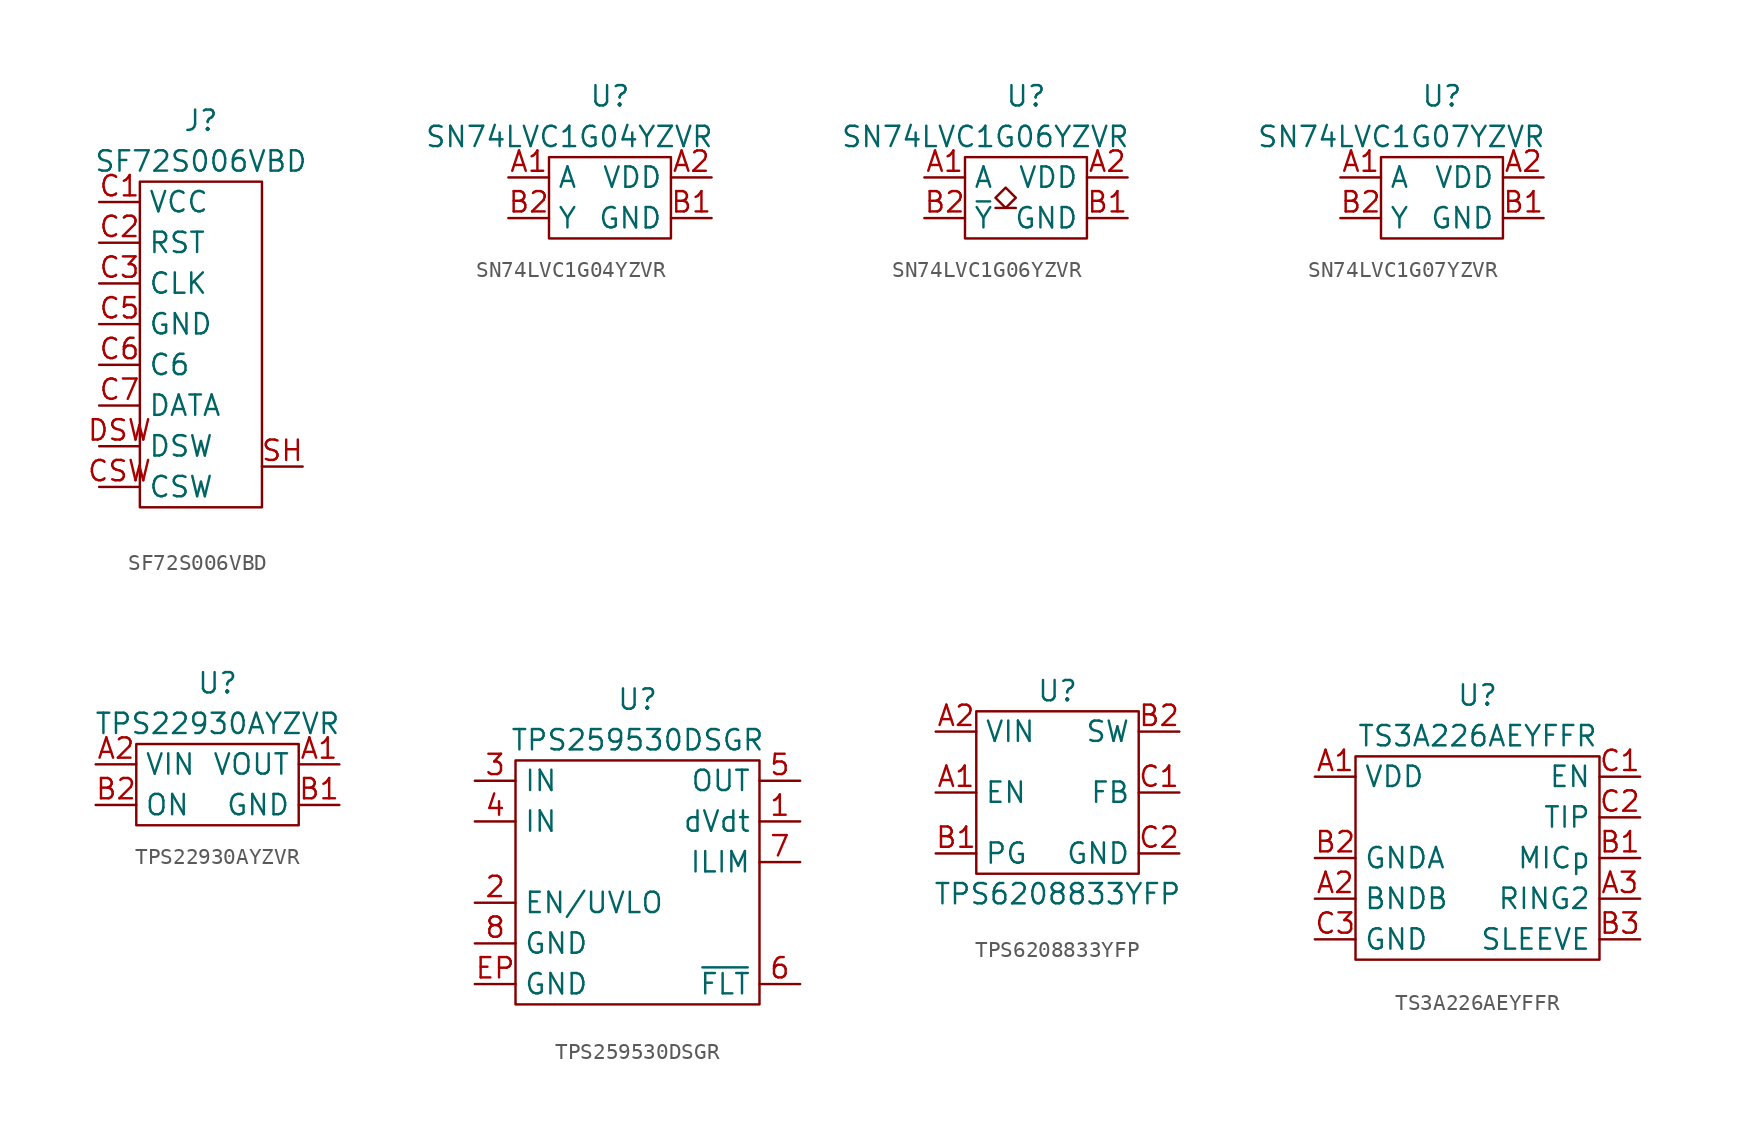
<source format=kicad_sym>
(kicad_symbol_lib
  (version 20220914)
  (generator kicad_symbol_editor)
  (symbol "SF72S006VBD"
    (property "Reference" "J"
      (at 0 13.97 0)
      (effects (font (size 1.27 1.27))))
    (property "Value" "SF72S006VBD"
      (at 0 11.43 0)
      (effects (font (size 1.27 1.27))))
    (symbol "SF72S006VBD_0_0"
      (pin power_in line (at -6.35 8.89 0) (length 2.54) (name "VCC" (effects (font (size 1.27 1.27)))) (number "C1" (effects (font (size 1.27 1.27)))))
      (pin input line (at -6.35 6.35 0) (length 2.54) (name "RST" (effects (font (size 1.27 1.27)))) (number "C2" (effects (font (size 1.27 1.27)))))
      (pin input line (at -6.35 3.81 0) (length 2.54) (name "CLK" (effects (font (size 1.27 1.27)))) (number "C3" (effects (font (size 1.27 1.27)))))
      (pin power_in line (at -6.35 1.27 0) (length 2.54) (name "GND" (effects (font (size 1.27 1.27)))) (number "C5" (effects (font (size 1.27 1.27)))))
      (pin power_in line (at -6.35 -1.27 0) (length 2.54) (name "C6" (effects (font (size 1.27 1.27)))) (number "C6" (effects (font (size 1.27 1.27)))))
      (pin bidirectional line (at -6.35 -3.81 0) (length 2.54) (name "DATA" (effects (font (size 1.27 1.27)))) (number "C7" (effects (font (size 1.27 1.27)))))
      (pin bidirectional line (at 6.35 -7.62 180) (length 2.54) (name "" (effects (font (size 1.27 1.27)))) (number "SH" (effects (font (size 1.27 1.27))))))
    (symbol "SF72S006VBD_0_1"
      (rectangle (start -3.81 10.16) (end 3.81 -10.16) (stroke (width 0) (type default)) (fill (type none))))
    (symbol "SF72S006VBD_1_0"
      (pin passive line (at -6.35 -8.89 0) (length 2.54) (name "CSW" (effects (font (size 1.27 1.27)))) (number "CSW" (effects (font (size 1.27 1.27)))))
      (pin passive line (at -6.35 -6.35 0) (length 2.54) (name "DSW" (effects (font (size 1.27 1.27)))) (number "DSW" (effects (font (size 1.27 1.27)))))))
  (symbol "SN74LVC1G04YZVR"
    (property "Reference" "U"
      (at 0 6.35 0)
      (effects (font (size 1.27 1.27))))
    (property "Value" "SN74LVC1G04YZVR"
      (at -2.54 3.81 0)
      (effects (font (size 1.27 1.27))))
    (symbol "SN74LVC1G04YZVR_0_0"
      (pin passive line (at -6.35 1.27 0) (length 2.54) (name "A" (effects (font (size 1.27 1.27)))) (number "A1" (effects (font (size 1.27 1.27)))))
      (pin passive line (at 6.35 1.27 180) (length 2.54) (name "VDD" (effects (font (size 1.27 1.27)))) (number "A2" (effects (font (size 1.27 1.27))))))
    (symbol "SN74LVC1G04YZVR_0_1"
      (rectangle (start -3.81 2.54) (end 3.81 -2.54) (stroke (width 0) (type default)) (fill (type none))))
    (symbol "SN74LVC1G04YZVR_1_0"
      (pin passive line (at 6.35 -1.27 180) (length 2.54) (name "GND" (effects (font (size 1.27 1.27)))) (number "B1" (effects (font (size 1.27 1.27)))))
      (pin passive line (at -6.35 -1.27 0) (length 2.54) (name "Y" (effects (font (size 1.27 1.27)))) (number "B2" (effects (font (size 1.27 1.27)))))))
  (symbol "SN74LVC1G06YZVR"
    (property "Reference" "U"
      (at 0 6.35 0)
      (effects (font (size 1.27 1.27))))
    (property "Value" "SN74LVC1G06YZVR"
      (at -2.54 3.81 0)
      (effects (font (size 1.27 1.27))))
    (symbol "SN74LVC1G06YZVR_0_0"
      (pin passive line (at -6.35 1.27 0) (length 2.54) (name "A" (effects (font (size 1.27 1.27)))) (number "A1" (effects (font (size 1.27 1.27)))))
      (pin passive line (at 6.35 1.27 180) (length 2.54) (name "VDD" (effects (font (size 1.27 1.27)))) (number "A2" (effects (font (size 1.27 1.27))))))
    (symbol "SN74LVC1G06YZVR_0_1"
      (rectangle (start -3.81 2.54) (end 3.81 -2.54) (stroke (width 0) (type default)) (fill (type none)))
      (polyline (pts (xy -1.905 -0.635) (xy -0.635 -0.635)) (stroke (width 0) (type default)) (fill (type none)))
      (polyline (pts (xy -1.905 0) (xy -1.27 0.635) (xy -0.635 0) (xy -1.27 -0.635) (xy -1.905 0)) (stroke (width 0) (type default)) (fill (type none))))
    (symbol "SN74LVC1G06YZVR_1_0"
      (pin passive line (at 6.35 -1.27 180) (length 2.54) (name "GND" (effects (font (size 1.27 1.27)))) (number "B1" (effects (font (size 1.27 1.27)))))
      (pin passive line (at -6.35 -1.27 0) (length 2.54) (name "~{Y}" (effects (font (size 1.27 1.27)))) (number "B2" (effects (font (size 1.27 1.27)))))))
  (symbol "SN74LVC1G07YZVR"
    (property "Reference" "U"
      (at 0 6.35 0)
      (effects (font (size 1.27 1.27))))
    (property "Value" "SN74LVC1G07YZVR"
      (at -2.54 3.81 0)
      (effects (font (size 1.27 1.27))))
    (symbol "SN74LVC1G07YZVR_0_0"
      (pin passive line (at -6.35 1.27 0) (length 2.54) (name "A" (effects (font (size 1.27 1.27)))) (number "A1" (effects (font (size 1.27 1.27)))))
      (pin passive line (at 6.35 1.27 180) (length 2.54) (name "VDD" (effects (font (size 1.27 1.27)))) (number "A2" (effects (font (size 1.27 1.27))))))
    (symbol "SN74LVC1G07YZVR_0_1"
      (rectangle (start -3.81 2.54) (end 3.81 -2.54) (stroke (width 0) (type default)) (fill (type none))))
    (symbol "SN74LVC1G07YZVR_1_0"
      (pin passive line (at 6.35 -1.27 180) (length 2.54) (name "GND" (effects (font (size 1.27 1.27)))) (number "B1" (effects (font (size 1.27 1.27)))))
      (pin passive line (at -6.35 -1.27 0) (length 2.54) (name "Y" (effects (font (size 1.27 1.27)))) (number "B2" (effects (font (size 1.27 1.27)))))))
  (symbol "TPS22930AYZVR"
    (property "Reference" "U"
      (at 0 6.35 0)
      (effects (font (size 1.27 1.27))))
    (property "Value" "TPS22930AYZVR"
      (at 0 3.81 0)
      (effects (font (size 1.27 1.27))))
    (symbol "TPS22930AYZVR_0_0"
      (pin power_out line (at 7.62 1.27 180) (length 2.54) (name "VOUT" (effects (font (size 1.27 1.27)))) (number "A1" (effects (font (size 1.27 1.27)))))
      (pin power_in line (at -7.62 1.27 0) (length 2.54) (name "VIN" (effects (font (size 1.27 1.27)))) (number "A2" (effects (font (size 1.27 1.27)))))
      (pin power_in line (at 7.62 -1.27 180) (length 2.54) (name "GND" (effects (font (size 1.27 1.27)))) (number "B1" (effects (font (size 1.27 1.27)))))
      (pin input line (at -7.62 -1.27 0) (length 2.54) (name "ON" (effects (font (size 1.27 1.27)))) (number "B2" (effects (font (size 1.27 1.27))))))
    (symbol "TPS22930AYZVR_0_1"
      (rectangle (start -5.08 2.54) (end 5.08 -2.54) (stroke (width 0) (type default)) (fill (type none)))))
  (symbol "TPS259530DSGR"
    (property "Reference" "U"
      (at 0 11.43 0)
      (effects (font (size 1.27 1.27))))
    (property "Value" "TPS259530DSGR"
      (at 0 8.89 0)
      (effects (font (size 1.27 1.27))))
    (symbol "TPS259530DSGR_0_0"
      (pin passive line (at 10.16 3.81 180) (length 2.54) (name "dVdt" (effects (font (size 1.27 1.27)))) (number "1" (effects (font (size 1.27 1.27)))))
      (pin passive line (at -10.16 -1.27 0) (length 2.54) (name "EN/UVLO" (effects (font (size 1.27 1.27)))) (number "2" (effects (font (size 1.27 1.27)))))
      (pin passive line (at -10.16 6.35 0) (length 2.54) (name "IN" (effects (font (size 1.27 1.27)))) (number "3" (effects (font (size 1.27 1.27)))))
      (pin passive line (at -10.16 3.81 0) (length 2.54) (name "IN" (effects (font (size 1.27 1.27)))) (number "4" (effects (font (size 1.27 1.27)))))
      (pin passive line (at 10.16 6.35 180) (length 2.54) (name "OUT" (effects (font (size 1.27 1.27)))) (number "5" (effects (font (size 1.27 1.27)))))
      (pin passive line (at 10.16 -6.35 180) (length 2.54) (name "~{FLT}" (effects (font (size 1.27 1.27)))) (number "6" (effects (font (size 1.27 1.27)))))
      (pin passive line (at 10.16 1.27 180) (length 2.54) (name "ILIM" (effects (font (size 1.27 1.27)))) (number "7" (effects (font (size 1.27 1.27)))))
      (pin passive line (at -10.16 -3.81 0) (length 2.54) (name "GND" (effects (font (size 1.27 1.27)))) (number "8" (effects (font (size 1.27 1.27)))))
      (pin passive line (at -10.16 -6.35 0) (length 2.54) (name "GND" (effects (font (size 1.27 1.27)))) (number "EP" (effects (font (size 1.27 1.27))))))
    (symbol "TPS259530DSGR_0_1"
      (rectangle (start -7.62 7.62) (end 7.62 -7.62) (stroke (width 0) (type default)) (fill (type none)))))
  (symbol "TPS6208833YFP"
    (property "Reference" "U"
      (at 0 6.35 0)
      (effects (font (size 1.27 1.27))))
    (property "Value" "TPS6208833YFP"
      (at 0 -6.35 0)
      (effects (font (size 1.27 1.27))))
    (symbol "TPS6208833YFP_0_0"
      (pin input line (at -7.62 0 0) (length 2.54) (name "EN" (effects (font (size 1.27 1.27)))) (number "A1" (effects (font (size 1.27 1.27)))))
      (pin power_in line (at -7.62 3.81 0) (length 2.54) (name "VIN" (effects (font (size 1.27 1.27)))) (number "A2" (effects (font (size 1.27 1.27)))))
      (pin output line (at -7.62 -3.81 0) (length 2.54) (name "PG" (effects (font (size 1.27 1.27)))) (number "B1" (effects (font (size 1.27 1.27)))))
      (pin output line (at 7.62 3.81 180) (length 2.54) (name "SW" (effects (font (size 1.27 1.27)))) (number "B2" (effects (font (size 1.27 1.27)))))
      (pin input line (at 7.62 0 180) (length 2.54) (name "FB" (effects (font (size 1.27 1.27)))) (number "C1" (effects (font (size 1.27 1.27)))))
      (pin power_in line (at 7.62 -3.81 180) (length 2.54) (name "GND" (effects (font (size 1.27 1.27)))) (number "C2" (effects (font (size 1.27 1.27))))))
    (symbol "TPS6208833YFP_0_1"
      (rectangle (start -5.08 5.08) (end 5.08 -5.08) (stroke (width 0) (type default)) (fill (type none)))))
  (symbol "TS3A226AEYFFR"
    (property "Reference" "U"
      (at 0 10.16 0)
      (effects (font (size 1.27 1.27))))
    (property "Value" "TS3A226AEYFFR"
      (at 0 7.62 0)
      (effects (font (size 1.27 1.27))))
    (symbol "TS3A226AEYFFR_0_0"
      (pin passive line (at -10.16 5.08 0) (length 2.54) (name "VDD" (effects (font (size 1.27 1.27)))) (number "A1" (effects (font (size 1.27 1.27)))))
      (pin passive line (at -10.16 -2.54 0) (length 2.54) (name "BNDB" (effects (font (size 1.27 1.27)))) (number "A2" (effects (font (size 1.27 1.27)))))
      (pin passive line (at 10.16 -2.54 180) (length 2.54) (name "RING2" (effects (font (size 1.27 1.27)))) (number "A3" (effects (font (size 1.27 1.27)))))
      (pin passive line (at 10.16 0 180) (length 2.54) (name "MICp" (effects (font (size 1.27 1.27)))) (number "B1" (effects (font (size 1.27 1.27)))))
      (pin passive line (at -10.16 0 0) (length 2.54) (name "GNDA" (effects (font (size 1.27 1.27)))) (number "B2" (effects (font (size 1.27 1.27)))))
      (pin passive line (at 10.16 -5.08 180) (length 2.54) (name "SLEEVE" (effects (font (size 1.27 1.27)))) (number "B3" (effects (font (size 1.27 1.27)))))
      (pin passive line (at 10.16 5.08 180) (length 2.54) (name "EN" (effects (font (size 1.27 1.27)))) (number "C1" (effects (font (size 1.27 1.27)))))
      (pin passive line (at 10.16 2.54 180) (length 2.54) (name "TIP" (effects (font (size 1.27 1.27)))) (number "C2" (effects (font (size 1.27 1.27)))))
      (pin passive line (at -10.16 -5.08 0) (length 2.54) (name "GND" (effects (font (size 1.27 1.27)))) (number "C3" (effects (font (size 1.27 1.27))))))
    (symbol "TS3A226AEYFFR_0_1"
      (rectangle (start -7.62 6.35) (end 7.62 -6.35) (stroke (width 0) (type default)) (fill (type none))))))
</source>
